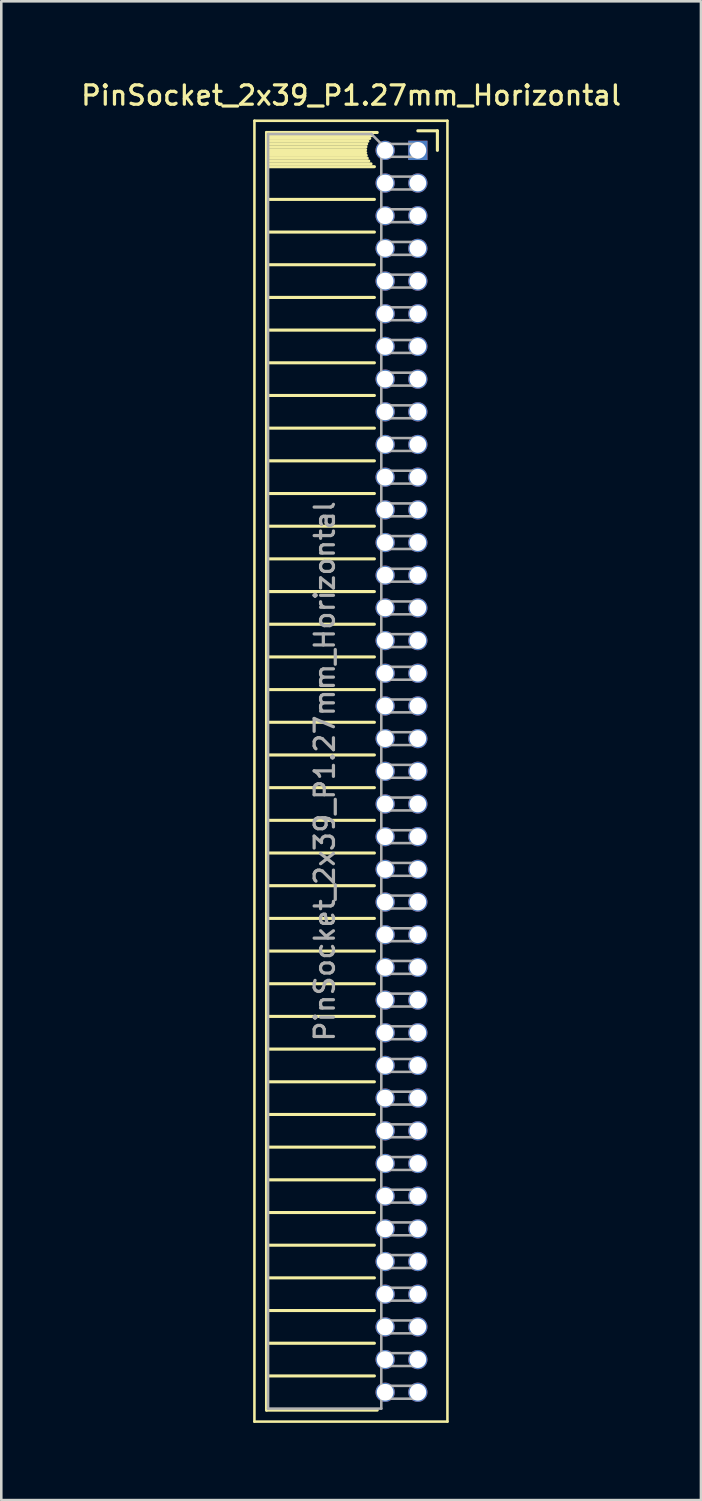
<source format=kicad_pcb>
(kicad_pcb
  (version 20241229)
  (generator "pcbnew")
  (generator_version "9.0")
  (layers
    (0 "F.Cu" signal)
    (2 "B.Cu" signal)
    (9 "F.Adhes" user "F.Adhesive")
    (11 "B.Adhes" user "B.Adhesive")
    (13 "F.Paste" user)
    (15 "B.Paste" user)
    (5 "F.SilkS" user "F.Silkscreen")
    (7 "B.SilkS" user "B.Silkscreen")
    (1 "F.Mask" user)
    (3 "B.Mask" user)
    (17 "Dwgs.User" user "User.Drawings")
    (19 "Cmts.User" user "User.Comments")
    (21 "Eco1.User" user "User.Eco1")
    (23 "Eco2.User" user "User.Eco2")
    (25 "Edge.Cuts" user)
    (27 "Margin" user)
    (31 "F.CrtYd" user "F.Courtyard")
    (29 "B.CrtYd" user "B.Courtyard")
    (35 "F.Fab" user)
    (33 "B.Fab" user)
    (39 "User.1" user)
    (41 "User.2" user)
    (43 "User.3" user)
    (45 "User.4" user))
  (footprint "PinSocket_2x39_P1.27mm_Horizontal"
    (layer "F.Cu")
    (at 13.187 2.793)
    (property "Reference" "PinSocket_2x39_P1.27mm_Horizontal" (at -2.592 -2.135 0) (layer "F.SilkS") (effects (font (size 0.75 0.75) (thickness 0.125))))
    (attr through_hole)
    (fp_line (start -6.35 -1.15) (end -6.35 49.4) (stroke (width 0.1) (type solid)) (layer "F.SilkS"))
    (fp_line (start -6.35 49.4) (end 1.15 49.4) (stroke (width 0.1) (type solid)) (layer "F.SilkS"))
    (fp_line (start -5.88 -0.695) (end -5.88 48.955) (stroke (width 0.12) (type solid)) (layer "F.SilkS"))
    (fp_line (start -5.88 -0.695) (end -1.578 -0.695) (stroke (width 0.12) (type solid)) (layer "F.SilkS"))
    (fp_line (start -5.88 -0.575) (end -1.767 -0.575) (stroke (width 0.12) (type solid)) (layer "F.SilkS"))
    (fp_line (start -5.88 -0.465) (end -1.871 -0.465) (stroke (width 0.12) (type solid)) (layer "F.SilkS"))
    (fp_line (start -5.88 -0.355) (end -1.942 -0.355) (stroke (width 0.12) (type solid)) (layer "F.SilkS"))
    (fp_line (start -5.88 -0.245) (end -1.989 -0.245) (stroke (width 0.12) (type solid)) (layer "F.SilkS"))
    (fp_line (start -5.88 -0.135) (end -2.018 -0.135) (stroke (width 0.12) (type solid)) (layer "F.SilkS"))
    (fp_line (start -5.88 -0.025) (end -2.03 -0.025) (stroke (width 0.12) (type solid)) (layer "F.SilkS"))
    (fp_line (start -5.88 0.085) (end -2.025 0.085) (stroke (width 0.12) (type solid)) (layer "F.SilkS"))
    (fp_line (start -5.88 0.195) (end -2.005 0.195) (stroke (width 0.12) (type solid)) (layer "F.SilkS"))
    (fp_line (start -5.88 0.305) (end -1.966 0.305) (stroke (width 0.12) (type solid)) (layer "F.SilkS"))
    (fp_line (start -5.88 0.415) (end -1.907 0.415) (stroke (width 0.12) (type solid)) (layer "F.SilkS"))
    (fp_line (start -5.88 0.525) (end -1.82 0.525) (stroke (width 0.12) (type solid)) (layer "F.SilkS"))
    (fp_line (start -5.88 0.635) (end -1.688 0.635) (stroke (width 0.12) (type solid)) (layer "F.SilkS"))
    (fp_line (start -5.88 1.905) (end -1.688 1.905) (stroke (width 0.12) (type solid)) (layer "F.SilkS"))
    (fp_line (start -5.88 3.175) (end -1.688 3.175) (stroke (width 0.12) (type solid)) (layer "F.SilkS"))
    (fp_line (start -5.88 4.445) (end -1.688 4.445) (stroke (width 0.12) (type solid)) (layer "F.SilkS"))
    (fp_line (start -5.88 5.715) (end -1.688 5.715) (stroke (width 0.12) (type solid)) (layer "F.SilkS"))
    (fp_line (start -5.88 6.985) (end -1.688 6.985) (stroke (width 0.12) (type solid)) (layer "F.SilkS"))
    (fp_line (start -5.88 8.255) (end -1.688 8.255) (stroke (width 0.12) (type solid)) (layer "F.SilkS"))
    (fp_line (start -5.88 9.525) (end -1.688 9.525) (stroke (width 0.12) (type solid)) (layer "F.SilkS"))
    (fp_line (start -5.88 10.795) (end -1.688 10.795) (stroke (width 0.12) (type solid)) (layer "F.SilkS"))
    (fp_line (start -5.88 12.065) (end -1.688 12.065) (stroke (width 0.12) (type solid)) (layer "F.SilkS"))
    (fp_line (start -5.88 13.335) (end -1.688 13.335) (stroke (width 0.12) (type solid)) (layer "F.SilkS"))
    (fp_line (start -5.88 14.605) (end -1.688 14.605) (stroke (width 0.12) (type solid)) (layer "F.SilkS"))
    (fp_line (start -5.88 15.875) (end -1.688 15.875) (stroke (width 0.12) (type solid)) (layer "F.SilkS"))
    (fp_line (start -5.88 17.145) (end -1.688 17.145) (stroke (width 0.12) (type solid)) (layer "F.SilkS"))
    (fp_line (start -5.88 18.415) (end -1.688 18.415) (stroke (width 0.12) (type solid)) (layer "F.SilkS"))
    (fp_line (start -5.88 19.685) (end -1.688 19.685) (stroke (width 0.12) (type solid)) (layer "F.SilkS"))
    (fp_line (start -5.88 20.955) (end -1.688 20.955) (stroke (width 0.12) (type solid)) (layer "F.SilkS"))
    (fp_line (start -5.88 22.225) (end -1.688 22.225) (stroke (width 0.12) (type solid)) (layer "F.SilkS"))
    (fp_line (start -5.88 23.495) (end -1.688 23.495) (stroke (width 0.12) (type solid)) (layer "F.SilkS"))
    (fp_line (start -5.88 24.765) (end -1.688 24.765) (stroke (width 0.12) (type solid)) (layer "F.SilkS"))
    (fp_line (start -5.88 26.035) (end -1.688 26.035) (stroke (width 0.12) (type solid)) (layer "F.SilkS"))
    (fp_line (start -5.88 27.305) (end -1.688 27.305) (stroke (width 0.12) (type solid)) (layer "F.SilkS"))
    (fp_line (start -5.88 28.575) (end -1.688 28.575) (stroke (width 0.12) (type solid)) (layer "F.SilkS"))
    (fp_line (start -5.88 29.845) (end -1.688 29.845) (stroke (width 0.12) (type solid)) (layer "F.SilkS"))
    (fp_line (start -5.88 31.115) (end -1.688 31.115) (stroke (width 0.12) (type solid)) (layer "F.SilkS"))
    (fp_line (start -5.88 32.385) (end -1.688 32.385) (stroke (width 0.12) (type solid)) (layer "F.SilkS"))
    (fp_line (start -5.88 33.655) (end -1.688 33.655) (stroke (width 0.12) (type solid)) (layer "F.SilkS"))
    (fp_line (start -5.88 34.925) (end -1.688 34.925) (stroke (width 0.12) (type solid)) (layer "F.SilkS"))
    (fp_line (start -5.88 36.195) (end -1.688 36.195) (stroke (width 0.12) (type solid)) (layer "F.SilkS"))
    (fp_line (start -5.88 37.465) (end -1.688 37.465) (stroke (width 0.12) (type solid)) (layer "F.SilkS"))
    (fp_line (start -5.88 38.735) (end -1.688 38.735) (stroke (width 0.12) (type solid)) (layer "F.SilkS"))
    (fp_line (start -5.88 40.005) (end -1.688 40.005) (stroke (width 0.12) (type solid)) (layer "F.SilkS"))
    (fp_line (start -5.88 41.275) (end -1.688 41.275) (stroke (width 0.12) (type solid)) (layer "F.SilkS"))
    (fp_line (start -5.88 42.545) (end -1.688 42.545) (stroke (width 0.12) (type solid)) (layer "F.SilkS"))
    (fp_line (start -5.88 43.815) (end -1.688 43.815) (stroke (width 0.12) (type solid)) (layer "F.SilkS"))
    (fp_line (start -5.88 45.085) (end -1.688 45.085) (stroke (width 0.12) (type solid)) (layer "F.SilkS"))
    (fp_line (start -5.88 46.355) (end -1.688 46.355) (stroke (width 0.12) (type solid)) (layer "F.SilkS"))
    (fp_line (start -5.88 47.625) (end -1.688 47.625) (stroke (width 0.12) (type solid)) (layer "F.SilkS"))
    (fp_line (start -5.88 48.955) (end -1.578 48.955) (stroke (width 0.12) (type solid)) (layer "F.SilkS"))
    (fp_line (start 0 -0.76) (end 0.76 -0.76) (stroke (width 0.12) (type solid)) (layer "F.SilkS"))
    (fp_line (start 0.76 -0.76) (end 0.76 0) (stroke (width 0.12) (type solid)) (layer "F.SilkS"))
    (fp_line (start 1.15 -1.15) (end -6.35 -1.15) (stroke (width 0.1) (type solid)) (layer "F.SilkS"))
    (fp_line (start 1.15 49.4) (end 1.15 -1.15) (stroke (width 0.1) (type solid)) (layer "F.SilkS"))
    (fp_line (start -5.82 -0.635) (end -1.805 -0.635) (stroke (width 0.1) (type solid)) (layer "F.Fab"))
    (fp_line (start -5.82 48.895) (end -5.82 -0.635) (stroke (width 0.1) (type solid)) (layer "F.Fab"))
    (fp_line (start -1.805 -0.635) (end -1.42 -0.25) (stroke (width 0.1) (type solid)) (layer "F.Fab"))
    (fp_line (start -1.42 -0.25) (end -1.42 48.895) (stroke (width 0.1) (type solid)) (layer "F.Fab"))
    (fp_line (start -1.42 0.25) (end 0 0.25) (stroke (width 0.1) (type solid)) (layer "F.Fab"))
    (fp_line (start -1.42 1.52) (end 0 1.52) (stroke (width 0.1) (type solid)) (layer "F.Fab"))
    (fp_line (start -1.42 2.79) (end 0 2.79) (stroke (width 0.1) (type solid)) (layer "F.Fab"))
    (fp_line (start -1.42 4.06) (end 0 4.06) (stroke (width 0.1) (type solid)) (layer "F.Fab"))
    (fp_line (start -1.42 5.33) (end 0 5.33) (stroke (width 0.1) (type solid)) (layer "F.Fab"))
    (fp_line (start -1.42 6.6) (end 0 6.6) (stroke (width 0.1) (type solid)) (layer "F.Fab"))
    (fp_line (start -1.42 7.87) (end 0 7.87) (stroke (width 0.1) (type solid)) (layer "F.Fab"))
    (fp_line (start -1.42 9.14) (end 0 9.14) (stroke (width 0.1) (type solid)) (layer "F.Fab"))
    (fp_line (start -1.42 10.41) (end 0 10.41) (stroke (width 0.1) (type solid)) (layer "F.Fab"))
    (fp_line (start -1.42 11.68) (end 0 11.68) (stroke (width 0.1) (type solid)) (layer "F.Fab"))
    (fp_line (start -1.42 12.95) (end 0 12.95) (stroke (width 0.1) (type solid)) (layer "F.Fab"))
    (fp_line (start -1.42 14.22) (end 0 14.22) (stroke (width 0.1) (type solid)) (layer "F.Fab"))
    (fp_line (start -1.42 15.49) (end 0 15.49) (stroke (width 0.1) (type solid)) (layer "F.Fab"))
    (fp_line (start -1.42 16.76) (end 0 16.76) (stroke (width 0.1) (type solid)) (layer "F.Fab"))
    (fp_line (start -1.42 18.03) (end 0 18.03) (stroke (width 0.1) (type solid)) (layer "F.Fab"))
    (fp_line (start -1.42 19.3) (end 0 19.3) (stroke (width 0.1) (type solid)) (layer "F.Fab"))
    (fp_line (start -1.42 20.57) (end 0 20.57) (stroke (width 0.1) (type solid)) (layer "F.Fab"))
    (fp_line (start -1.42 21.84) (end 0 21.84) (stroke (width 0.1) (type solid)) (layer "F.Fab"))
    (fp_line (start -1.42 23.11) (end 0 23.11) (stroke (width 0.1) (type solid)) (layer "F.Fab"))
    (fp_line (start -1.42 24.38) (end 0 24.38) (stroke (width 0.1) (type solid)) (layer "F.Fab"))
    (fp_line (start -1.42 25.65) (end 0 25.65) (stroke (width 0.1) (type solid)) (layer "F.Fab"))
    (fp_line (start -1.42 26.92) (end 0 26.92) (stroke (width 0.1) (type solid)) (layer "F.Fab"))
    (fp_line (start -1.42 28.19) (end 0 28.19) (stroke (width 0.1) (type solid)) (layer "F.Fab"))
    (fp_line (start -1.42 29.46) (end 0 29.46) (stroke (width 0.1) (type solid)) (layer "F.Fab"))
    (fp_line (start -1.42 30.73) (end 0 30.73) (stroke (width 0.1) (type solid)) (layer "F.Fab"))
    (fp_line (start -1.42 32) (end 0 32) (stroke (width 0.1) (type solid)) (layer "F.Fab"))
    (fp_line (start -1.42 33.27) (end 0 33.27) (stroke (width 0.1) (type solid)) (layer "F.Fab"))
    (fp_line (start -1.42 34.54) (end 0 34.54) (stroke (width 0.1) (type solid)) (layer "F.Fab"))
    (fp_line (start -1.42 35.81) (end 0 35.81) (stroke (width 0.1) (type solid)) (layer "F.Fab"))
    (fp_line (start -1.42 37.08) (end 0 37.08) (stroke (width 0.1) (type solid)) (layer "F.Fab"))
    (fp_line (start -1.42 38.35) (end 0 38.35) (stroke (width 0.1) (type solid)) (layer "F.Fab"))
    (fp_line (start -1.42 39.62) (end 0 39.62) (stroke (width 0.1) (type solid)) (layer "F.Fab"))
    (fp_line (start -1.42 40.89) (end 0 40.89) (stroke (width 0.1) (type solid)) (layer "F.Fab"))
    (fp_line (start -1.42 42.16) (end 0 42.16) (stroke (width 0.1) (type solid)) (layer "F.Fab"))
    (fp_line (start -1.42 43.43) (end 0 43.43) (stroke (width 0.1) (type solid)) (layer "F.Fab"))
    (fp_line (start -1.42 44.7) (end 0 44.7) (stroke (width 0.1) (type solid)) (layer "F.Fab"))
    (fp_line (start -1.42 45.97) (end 0 45.97) (stroke (width 0.1) (type solid)) (layer "F.Fab"))
    (fp_line (start -1.42 47.24) (end 0 47.24) (stroke (width 0.1) (type solid)) (layer "F.Fab"))
    (fp_line (start -1.42 48.51) (end 0 48.51) (stroke (width 0.1) (type solid)) (layer "F.Fab"))
    (fp_line (start -1.42 48.895) (end -5.82 48.895) (stroke (width 0.1) (type solid)) (layer "F.Fab"))
    (fp_line (start 0 -0.25) (end -1.42 -0.25) (stroke (width 0.1) (type solid)) (layer "F.Fab"))
    (fp_line (start 0 0.25) (end 0 -0.25) (stroke (width 0.1) (type solid)) (layer "F.Fab"))
    (fp_line (start 0 1.02) (end -1.42 1.02) (stroke (width 0.1) (type solid)) (layer "F.Fab"))
    (fp_line (start 0 1.52) (end 0 1.02) (stroke (width 0.1) (type solid)) (layer "F.Fab"))
    (fp_line (start 0 2.29) (end -1.42 2.29) (stroke (width 0.1) (type solid)) (layer "F.Fab"))
    (fp_line (start 0 2.79) (end 0 2.29) (stroke (width 0.1) (type solid)) (layer "F.Fab"))
    (fp_line (start 0 3.56) (end -1.42 3.56) (stroke (width 0.1) (type solid)) (layer "F.Fab"))
    (fp_line (start 0 4.06) (end 0 3.56) (stroke (width 0.1) (type solid)) (layer "F.Fab"))
    (fp_line (start 0 4.83) (end -1.42 4.83) (stroke (width 0.1) (type solid)) (layer "F.Fab"))
    (fp_line (start 0 5.33) (end 0 4.83) (stroke (width 0.1) (type solid)) (layer "F.Fab"))
    (fp_line (start 0 6.1) (end -1.42 6.1) (stroke (width 0.1) (type solid)) (layer "F.Fab"))
    (fp_line (start 0 6.6) (end 0 6.1) (stroke (width 0.1) (type solid)) (layer "F.Fab"))
    (fp_line (start 0 7.37) (end -1.42 7.37) (stroke (width 0.1) (type solid)) (layer "F.Fab"))
    (fp_line (start 0 7.87) (end 0 7.37) (stroke (width 0.1) (type solid)) (layer "F.Fab"))
    (fp_line (start 0 8.64) (end -1.42 8.64) (stroke (width 0.1) (type solid)) (layer "F.Fab"))
    (fp_line (start 0 9.14) (end 0 8.64) (stroke (width 0.1) (type solid)) (layer "F.Fab"))
    (fp_line (start 0 9.91) (end -1.42 9.91) (stroke (width 0.1) (type solid)) (layer "F.Fab"))
    (fp_line (start 0 10.41) (end 0 9.91) (stroke (width 0.1) (type solid)) (layer "F.Fab"))
    (fp_line (start 0 11.18) (end -1.42 11.18) (stroke (width 0.1) (type solid)) (layer "F.Fab"))
    (fp_line (start 0 11.68) (end 0 11.18) (stroke (width 0.1) (type solid)) (layer "F.Fab"))
    (fp_line (start 0 12.45) (end -1.42 12.45) (stroke (width 0.1) (type solid)) (layer "F.Fab"))
    (fp_line (start 0 12.95) (end 0 12.45) (stroke (width 0.1) (type solid)) (layer "F.Fab"))
    (fp_line (start 0 13.72) (end -1.42 13.72) (stroke (width 0.1) (type solid)) (layer "F.Fab"))
    (fp_line (start 0 14.22) (end 0 13.72) (stroke (width 0.1) (type solid)) (layer "F.Fab"))
    (fp_line (start 0 14.99) (end -1.42 14.99) (stroke (width 0.1) (type solid)) (layer "F.Fab"))
    (fp_line (start 0 15.49) (end 0 14.99) (stroke (width 0.1) (type solid)) (layer "F.Fab"))
    (fp_line (start 0 16.26) (end -1.42 16.26) (stroke (width 0.1) (type solid)) (layer "F.Fab"))
    (fp_line (start 0 16.76) (end 0 16.26) (stroke (width 0.1) (type solid)) (layer "F.Fab"))
    (fp_line (start 0 17.53) (end -1.42 17.53) (stroke (width 0.1) (type solid)) (layer "F.Fab"))
    (fp_line (start 0 18.03) (end 0 17.53) (stroke (width 0.1) (type solid)) (layer "F.Fab"))
    (fp_line (start 0 18.8) (end -1.42 18.8) (stroke (width 0.1) (type solid)) (layer "F.Fab"))
    (fp_line (start 0 19.3) (end 0 18.8) (stroke (width 0.1) (type solid)) (layer "F.Fab"))
    (fp_line (start 0 20.07) (end -1.42 20.07) (stroke (width 0.1) (type solid)) (layer "F.Fab"))
    (fp_line (start 0 20.57) (end 0 20.07) (stroke (width 0.1) (type solid)) (layer "F.Fab"))
    (fp_line (start 0 21.34) (end -1.42 21.34) (stroke (width 0.1) (type solid)) (layer "F.Fab"))
    (fp_line (start 0 21.84) (end 0 21.34) (stroke (width 0.1) (type solid)) (layer "F.Fab"))
    (fp_line (start 0 22.61) (end -1.42 22.61) (stroke (width 0.1) (type solid)) (layer "F.Fab"))
    (fp_line (start 0 23.11) (end 0 22.61) (stroke (width 0.1) (type solid)) (layer "F.Fab"))
    (fp_line (start 0 23.88) (end -1.42 23.88) (stroke (width 0.1) (type solid)) (layer "F.Fab"))
    (fp_line (start 0 24.38) (end 0 23.88) (stroke (width 0.1) (type solid)) (layer "F.Fab"))
    (fp_line (start 0 25.15) (end -1.42 25.15) (stroke (width 0.1) (type solid)) (layer "F.Fab"))
    (fp_line (start 0 25.65) (end 0 25.15) (stroke (width 0.1) (type solid)) (layer "F.Fab"))
    (fp_line (start 0 26.42) (end -1.42 26.42) (stroke (width 0.1) (type solid)) (layer "F.Fab"))
    (fp_line (start 0 26.92) (end 0 26.42) (stroke (width 0.1) (type solid)) (layer "F.Fab"))
    (fp_line (start 0 27.69) (end -1.42 27.69) (stroke (width 0.1) (type solid)) (layer "F.Fab"))
    (fp_line (start 0 28.19) (end 0 27.69) (stroke (width 0.1) (type solid)) (layer "F.Fab"))
    (fp_line (start 0 28.96) (end -1.42 28.96) (stroke (width 0.1) (type solid)) (layer "F.Fab"))
    (fp_line (start 0 29.46) (end 0 28.96) (stroke (width 0.1) (type solid)) (layer "F.Fab"))
    (fp_line (start 0 30.23) (end -1.42 30.23) (stroke (width 0.1) (type solid)) (layer "F.Fab"))
    (fp_line (start 0 30.73) (end 0 30.23) (stroke (width 0.1) (type solid)) (layer "F.Fab"))
    (fp_line (start 0 31.5) (end -1.42 31.5) (stroke (width 0.1) (type solid)) (layer "F.Fab"))
    (fp_line (start 0 32) (end 0 31.5) (stroke (width 0.1) (type solid)) (layer "F.Fab"))
    (fp_line (start 0 32.77) (end -1.42 32.77) (stroke (width 0.1) (type solid)) (layer "F.Fab"))
    (fp_line (start 0 33.27) (end 0 32.77) (stroke (width 0.1) (type solid)) (layer "F.Fab"))
    (fp_line (start 0 34.04) (end -1.42 34.04) (stroke (width 0.1) (type solid)) (layer "F.Fab"))
    (fp_line (start 0 34.54) (end 0 34.04) (stroke (width 0.1) (type solid)) (layer "F.Fab"))
    (fp_line (start 0 35.31) (end -1.42 35.31) (stroke (width 0.1) (type solid)) (layer "F.Fab"))
    (fp_line (start 0 35.81) (end 0 35.31) (stroke (width 0.1) (type solid)) (layer "F.Fab"))
    (fp_line (start 0 36.58) (end -1.42 36.58) (stroke (width 0.1) (type solid)) (layer "F.Fab"))
    (fp_line (start 0 37.08) (end 0 36.58) (stroke (width 0.1) (type solid)) (layer "F.Fab"))
    (fp_line (start 0 37.85) (end -1.42 37.85) (stroke (width 0.1) (type solid)) (layer "F.Fab"))
    (fp_line (start 0 38.35) (end 0 37.85) (stroke (width 0.1) (type solid)) (layer "F.Fab"))
    (fp_line (start 0 39.12) (end -1.42 39.12) (stroke (width 0.1) (type solid)) (layer "F.Fab"))
    (fp_line (start 0 39.62) (end 0 39.12) (stroke (width 0.1) (type solid)) (layer "F.Fab"))
    (fp_line (start 0 40.39) (end -1.42 40.39) (stroke (width 0.1) (type solid)) (layer "F.Fab"))
    (fp_line (start 0 40.89) (end 0 40.39) (stroke (width 0.1) (type solid)) (layer "F.Fab"))
    (fp_line (start 0 41.66) (end -1.42 41.66) (stroke (width 0.1) (type solid)) (layer "F.Fab"))
    (fp_line (start 0 42.16) (end 0 41.66) (stroke (width 0.1) (type solid)) (layer "F.Fab"))
    (fp_line (start 0 42.93) (end -1.42 42.93) (stroke (width 0.1) (type solid)) (layer "F.Fab"))
    (fp_line (start 0 43.43) (end 0 42.93) (stroke (width 0.1) (type solid)) (layer "F.Fab"))
    (fp_line (start 0 44.2) (end -1.42 44.2) (stroke (width 0.1) (type solid)) (layer "F.Fab"))
    (fp_line (start 0 44.7) (end 0 44.2) (stroke (width 0.1) (type solid)) (layer "F.Fab"))
    (fp_line (start 0 45.47) (end -1.42 45.47) (stroke (width 0.1) (type solid)) (layer "F.Fab"))
    (fp_line (start 0 45.97) (end 0 45.47) (stroke (width 0.1) (type solid)) (layer "F.Fab"))
    (fp_line (start 0 46.74) (end -1.42 46.74) (stroke (width 0.1) (type solid)) (layer "F.Fab"))
    (fp_line (start 0 47.24) (end 0 46.74) (stroke (width 0.1) (type solid)) (layer "F.Fab"))
    (fp_line (start 0 48.01) (end -1.42 48.01) (stroke (width 0.1) (type solid)) (layer "F.Fab"))
    (fp_line (start 0 48.51) (end 0 48.01) (stroke (width 0.1) (type solid)) (layer "F.Fab"))
    (fp_text user "${REFERENCE}" (at -3.62 24.13 90) (layer "F.Fab") (effects (font (size 0.75 0.75) (thickness 0.125))))
    (pad "1" thru_hole rect (at 0 0) (size 0.75 0.75) (drill 0.65) (layers "*.Cu" "*.Mask"))
    (pad "2" thru_hole oval (at -1.27 0) (size 0.75 0.75) (drill 0.65) (layers "*.Cu" "*.Mask"))
    (pad "3" thru_hole oval (at 0 1.27) (size 0.75 0.75) (drill 0.65) (layers "*.Cu" "*.Mask"))
    (pad "4" thru_hole oval (at -1.27 1.27) (size 0.75 0.75) (drill 0.65) (layers "*.Cu" "*.Mask"))
    (pad "5" thru_hole oval (at 0 2.54) (size 0.75 0.75) (drill 0.65) (layers "*.Cu" "*.Mask"))
    (pad "6" thru_hole oval (at -1.27 2.54) (size 0.75 0.75) (drill 0.65) (layers "*.Cu" "*.Mask"))
    (pad "7" thru_hole oval (at 0 3.81) (size 0.75 0.75) (drill 0.65) (layers "*.Cu" "*.Mask"))
    (pad "8" thru_hole oval (at -1.27 3.81) (size 0.75 0.75) (drill 0.65) (layers "*.Cu" "*.Mask"))
    (pad "9" thru_hole oval (at 0 5.08) (size 0.75 0.75) (drill 0.65) (layers "*.Cu" "*.Mask"))
    (pad "10" thru_hole oval (at -1.27 5.08) (size 0.75 0.75) (drill 0.65) (layers "*.Cu" "*.Mask"))
    (pad "11" thru_hole oval (at 0 6.35) (size 0.75 0.75) (drill 0.65) (layers "*.Cu" "*.Mask"))
    (pad "12" thru_hole oval (at -1.27 6.35) (size 0.75 0.75) (drill 0.65) (layers "*.Cu" "*.Mask"))
    (pad "13" thru_hole oval (at 0 7.62) (size 0.75 0.75) (drill 0.65) (layers "*.Cu" "*.Mask"))
    (pad "14" thru_hole oval (at -1.27 7.62) (size 0.75 0.75) (drill 0.65) (layers "*.Cu" "*.Mask"))
    (pad "15" thru_hole oval (at 0 8.89) (size 0.75 0.75) (drill 0.65) (layers "*.Cu" "*.Mask"))
    (pad "16" thru_hole oval (at -1.27 8.89) (size 0.75 0.75) (drill 0.65) (layers "*.Cu" "*.Mask"))
    (pad "17" thru_hole oval (at 0 10.16) (size 0.75 0.75) (drill 0.65) (layers "*.Cu" "*.Mask"))
    (pad "18" thru_hole oval (at -1.27 10.16) (size 0.75 0.75) (drill 0.65) (layers "*.Cu" "*.Mask"))
    (pad "19" thru_hole oval (at 0 11.43) (size 0.75 0.75) (drill 0.65) (layers "*.Cu" "*.Mask"))
    (pad "20" thru_hole oval (at -1.27 11.43) (size 0.75 0.75) (drill 0.65) (layers "*.Cu" "*.Mask"))
    (pad "21" thru_hole oval (at 0 12.7) (size 0.75 0.75) (drill 0.65) (layers "*.Cu" "*.Mask"))
    (pad "22" thru_hole oval (at -1.27 12.7) (size 0.75 0.75) (drill 0.65) (layers "*.Cu" "*.Mask"))
    (pad "23" thru_hole oval (at 0 13.97) (size 0.75 0.75) (drill 0.65) (layers "*.Cu" "*.Mask"))
    (pad "24" thru_hole oval (at -1.27 13.97) (size 0.75 0.75) (drill 0.65) (layers "*.Cu" "*.Mask"))
    (pad "25" thru_hole oval (at 0 15.24) (size 0.75 0.75) (drill 0.65) (layers "*.Cu" "*.Mask"))
    (pad "26" thru_hole oval (at -1.27 15.24) (size 0.75 0.75) (drill 0.65) (layers "*.Cu" "*.Mask"))
    (pad "27" thru_hole oval (at 0 16.51) (size 0.75 0.75) (drill 0.65) (layers "*.Cu" "*.Mask"))
    (pad "28" thru_hole oval (at -1.27 16.51) (size 0.75 0.75) (drill 0.65) (layers "*.Cu" "*.Mask"))
    (pad "29" thru_hole oval (at 0 17.78) (size 0.75 0.75) (drill 0.65) (layers "*.Cu" "*.Mask"))
    (pad "30" thru_hole oval (at -1.27 17.78) (size 0.75 0.75) (drill 0.65) (layers "*.Cu" "*.Mask"))
    (pad "31" thru_hole oval (at 0 19.05) (size 0.75 0.75) (drill 0.65) (layers "*.Cu" "*.Mask"))
    (pad "32" thru_hole oval (at -1.27 19.05) (size 0.75 0.75) (drill 0.65) (layers "*.Cu" "*.Mask"))
    (pad "33" thru_hole oval (at 0 20.32) (size 0.75 0.75) (drill 0.65) (layers "*.Cu" "*.Mask"))
    (pad "34" thru_hole oval (at -1.27 20.32) (size 0.75 0.75) (drill 0.65) (layers "*.Cu" "*.Mask"))
    (pad "35" thru_hole oval (at 0 21.59) (size 0.75 0.75) (drill 0.65) (layers "*.Cu" "*.Mask"))
    (pad "36" thru_hole oval (at -1.27 21.59) (size 0.75 0.75) (drill 0.65) (layers "*.Cu" "*.Mask"))
    (pad "37" thru_hole oval (at 0 22.86) (size 0.75 0.75) (drill 0.65) (layers "*.Cu" "*.Mask"))
    (pad "38" thru_hole oval (at -1.27 22.86) (size 0.75 0.75) (drill 0.65) (layers "*.Cu" "*.Mask"))
    (pad "39" thru_hole oval (at 0 24.13) (size 0.75 0.75) (drill 0.65) (layers "*.Cu" "*.Mask"))
    (pad "40" thru_hole oval (at -1.27 24.13) (size 0.75 0.75) (drill 0.65) (layers "*.Cu" "*.Mask"))
    (pad "41" thru_hole oval (at 0 25.4) (size 0.75 0.75) (drill 0.65) (layers "*.Cu" "*.Mask"))
    (pad "42" thru_hole oval (at -1.27 25.4) (size 0.75 0.75) (drill 0.65) (layers "*.Cu" "*.Mask"))
    (pad "43" thru_hole oval (at 0 26.67) (size 0.75 0.75) (drill 0.65) (layers "*.Cu" "*.Mask"))
    (pad "44" thru_hole oval (at -1.27 26.67) (size 0.75 0.75) (drill 0.65) (layers "*.Cu" "*.Mask"))
    (pad "45" thru_hole oval (at 0 27.94) (size 0.75 0.75) (drill 0.65) (layers "*.Cu" "*.Mask"))
    (pad "46" thru_hole oval (at -1.27 27.94) (size 0.75 0.75) (drill 0.65) (layers "*.Cu" "*.Mask"))
    (pad "47" thru_hole oval (at 0 29.21) (size 0.75 0.75) (drill 0.65) (layers "*.Cu" "*.Mask"))
    (pad "48" thru_hole oval (at -1.27 29.21) (size 0.75 0.75) (drill 0.65) (layers "*.Cu" "*.Mask"))
    (pad "49" thru_hole oval (at 0 30.48) (size 0.75 0.75) (drill 0.65) (layers "*.Cu" "*.Mask"))
    (pad "50" thru_hole oval (at -1.27 30.48) (size 0.75 0.75) (drill 0.65) (layers "*.Cu" "*.Mask"))
    (pad "51" thru_hole oval (at 0 31.75) (size 0.75 0.75) (drill 0.65) (layers "*.Cu" "*.Mask"))
    (pad "52" thru_hole oval (at -1.27 31.75) (size 0.75 0.75) (drill 0.65) (layers "*.Cu" "*.Mask"))
    (pad "53" thru_hole oval (at 0 33.02) (size 0.75 0.75) (drill 0.65) (layers "*.Cu" "*.Mask"))
    (pad "54" thru_hole oval (at -1.27 33.02) (size 0.75 0.75) (drill 0.65) (layers "*.Cu" "*.Mask"))
    (pad "55" thru_hole oval (at 0 34.29) (size 0.75 0.75) (drill 0.65) (layers "*.Cu" "*.Mask"))
    (pad "56" thru_hole oval (at -1.27 34.29) (size 0.75 0.75) (drill 0.65) (layers "*.Cu" "*.Mask"))
    (pad "57" thru_hole oval (at 0 35.56) (size 0.75 0.75) (drill 0.65) (layers "*.Cu" "*.Mask"))
    (pad "58" thru_hole oval (at -1.27 35.56) (size 0.75 0.75) (drill 0.65) (layers "*.Cu" "*.Mask"))
    (pad "59" thru_hole oval (at 0 36.83) (size 0.75 0.75) (drill 0.65) (layers "*.Cu" "*.Mask"))
    (pad "60" thru_hole oval (at -1.27 36.83) (size 0.75 0.75) (drill 0.65) (layers "*.Cu" "*.Mask"))
    (pad "61" thru_hole oval (at 0 38.1) (size 0.75 0.75) (drill 0.65) (layers "*.Cu" "*.Mask"))
    (pad "62" thru_hole oval (at -1.27 38.1) (size 0.75 0.75) (drill 0.65) (layers "*.Cu" "*.Mask"))
    (pad "63" thru_hole oval (at 0 39.37) (size 0.75 0.75) (drill 0.65) (layers "*.Cu" "*.Mask"))
    (pad "64" thru_hole oval (at -1.27 39.37) (size 0.75 0.75) (drill 0.65) (layers "*.Cu" "*.Mask"))
    (pad "65" thru_hole oval (at 0 40.64) (size 0.75 0.75) (drill 0.65) (layers "*.Cu" "*.Mask"))
    (pad "66" thru_hole oval (at -1.27 40.64) (size 0.75 0.75) (drill 0.65) (layers "*.Cu" "*.Mask"))
    (pad "67" thru_hole oval (at 0 41.91) (size 0.75 0.75) (drill 0.65) (layers "*.Cu" "*.Mask"))
    (pad "68" thru_hole oval (at -1.27 41.91) (size 0.75 0.75) (drill 0.65) (layers "*.Cu" "*.Mask"))
    (pad "69" thru_hole oval (at 0 43.18) (size 0.75 0.75) (drill 0.65) (layers "*.Cu" "*.Mask"))
    (pad "70" thru_hole oval (at -1.27 43.18) (size 0.75 0.75) (drill 0.65) (layers "*.Cu" "*.Mask"))
    (pad "71" thru_hole oval (at 0 44.45) (size 0.75 0.75) (drill 0.65) (layers "*.Cu" "*.Mask"))
    (pad "72" thru_hole oval (at -1.27 44.45) (size 0.75 0.75) (drill 0.65) (layers "*.Cu" "*.Mask"))
    (pad "73" thru_hole oval (at 0 45.72) (size 0.75 0.75) (drill 0.65) (layers "*.Cu" "*.Mask"))
    (pad "74" thru_hole oval (at -1.27 45.72) (size 0.75 0.75) (drill 0.65) (layers "*.Cu" "*.Mask"))
    (pad "75" thru_hole oval (at 0 46.99) (size 0.75 0.75) (drill 0.65) (layers "*.Cu" "*.Mask"))
    (pad "76" thru_hole oval (at -1.27 46.99) (size 0.75 0.75) (drill 0.65) (layers "*.Cu" "*.Mask"))
    (pad "77" thru_hole oval (at 0 48.26) (size 0.75 0.75) (drill 0.65) (layers "*.Cu" "*.Mask"))
    (pad "78" thru_hole oval (at -1.27 48.26) (size 0.75 0.75) (drill 0.65) (layers "*.Cu" "*.Mask")))
  (gr_rect
    (start -3 -3)
    (end 24.189 55.243)
    (stroke (width 0.1) (type default))
    (fill no)
    (layer "Edge.Cuts")))
</source>
